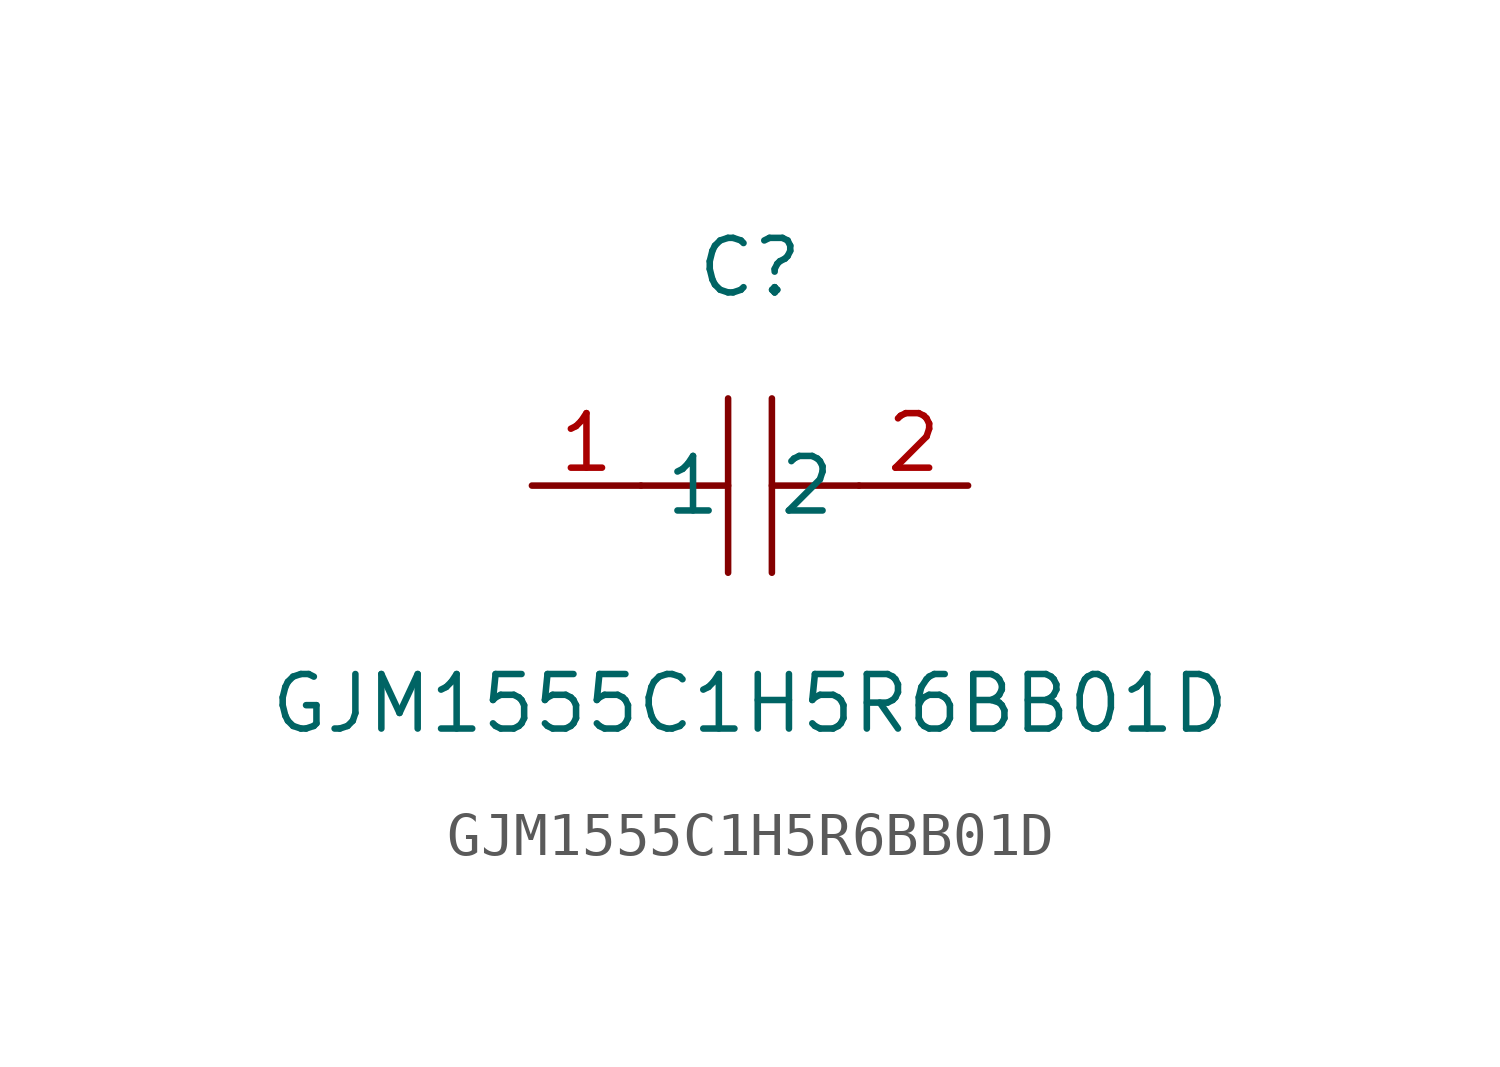
<source format=kicad_sym>
(kicad_symbol_lib
  (version 1)
  (generator "faebryk")
  (symbol "GJM1555C1H5R6BB01D"
    (property "Reference" "C"
      (at 0 5.08 0)
      (effects (font (size 1.27 1.27)) (hide no)))
    (property "Value" "GJM1555C1H5R6BB01D"
      (at 0 -5.08 0)
      (effects (font (size 1.27 1.27)) (hide no)))
    (symbol "GJM1555C1H5R6BB01D_0_1"
      (polyline (stroke (width 0) (type default) (color 0 0 0 0)) (fill (type none)) (pts (xy -0.51 -2.03) (xy -0.51 2.03)))
      (polyline (stroke (width 0) (type default) (color 0 0 0 0)) (fill (type none)) (pts (xy 2.54 0) (xy 0.51 0)))
      (polyline (stroke (width 0) (type default) (color 0 0 0 0)) (fill (type none)) (pts (xy 0.51 2.03) (xy 0.51 -2.03)))
      (polyline (stroke (width 0) (type default) (color 0 0 0 0)) (fill (type none)) (pts (xy -0.51 0) (xy -2.54 0)))
      (pin unspecified line (at -5.08 0 0) (length 2.54) (name "1" (effects (font (size 1.27 1.27)) (hide no))) (number "1" (effects (font (size 1.27 1.27)) (hide no))))
      (pin unspecified line (at 5.08 0 180) (length 2.54) (name "2" (effects (font (size 1.27 1.27)) (hide no))) (number "2" (effects (font (size 1.27 1.27)) (hide no)))))))
</source>
